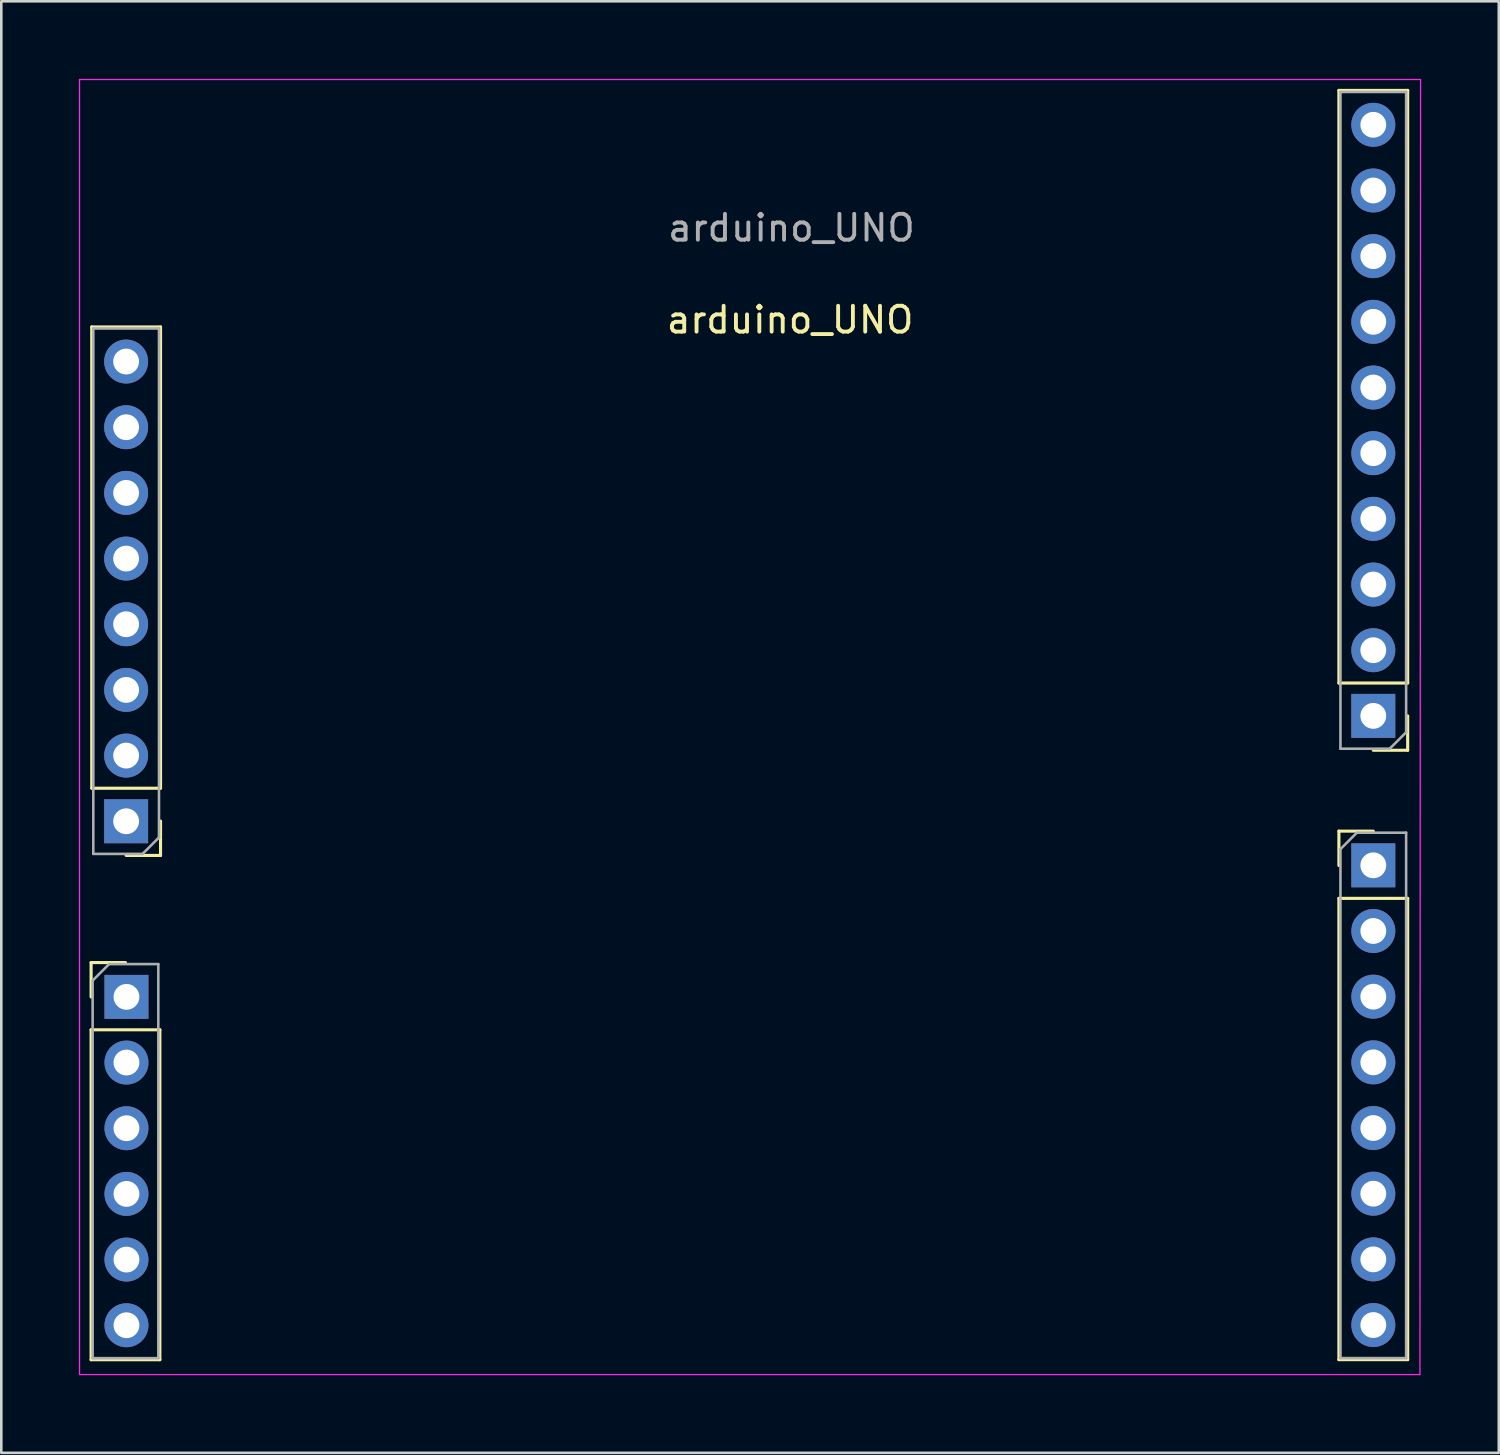
<source format=kicad_pcb>
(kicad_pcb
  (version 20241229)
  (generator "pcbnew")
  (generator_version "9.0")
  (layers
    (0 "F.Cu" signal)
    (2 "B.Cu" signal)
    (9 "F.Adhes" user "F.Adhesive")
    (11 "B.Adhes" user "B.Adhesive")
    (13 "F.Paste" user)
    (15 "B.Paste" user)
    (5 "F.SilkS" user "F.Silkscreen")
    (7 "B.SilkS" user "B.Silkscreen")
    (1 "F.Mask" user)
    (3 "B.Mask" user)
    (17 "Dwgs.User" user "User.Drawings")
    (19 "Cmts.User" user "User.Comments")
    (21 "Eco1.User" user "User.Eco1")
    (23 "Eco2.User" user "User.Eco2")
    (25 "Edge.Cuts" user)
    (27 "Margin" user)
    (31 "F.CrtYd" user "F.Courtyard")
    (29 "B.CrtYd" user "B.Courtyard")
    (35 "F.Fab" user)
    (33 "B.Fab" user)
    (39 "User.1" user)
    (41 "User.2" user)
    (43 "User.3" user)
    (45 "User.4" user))
  (footprint "arduino_UNO"
    (layer "F.Cu")
    (at 27.559 22.402)
    (property "Reference" "arduino_UNO" (at -0.051 -13.081 0) (layer "F.SilkS") (effects (font (size 1 1) (thickness 0.15))))
    (attr through_hole)
    (fp_line (start -27.086 11.776) (end -25.756 11.776) (stroke (width 0.12) (type solid)) (layer "F.SilkS"))
    (fp_line (start -27.086 13.106) (end -27.086 11.776) (stroke (width 0.12) (type solid)) (layer "F.SilkS"))
    (fp_line (start -27.086 14.376) (end -27.086 27.136) (stroke (width 0.12) (type solid)) (layer "F.SilkS"))
    (fp_line (start -27.086 14.376) (end -24.426 14.376) (stroke (width 0.12) (type solid)) (layer "F.SilkS"))
    (fp_line (start -27.086 27.136) (end -24.426 27.136) (stroke (width 0.12) (type solid)) (layer "F.SilkS"))
    (fp_line (start -27.06 5.033) (end -27.06 -12.807) (stroke (width 0.12) (type solid)) (layer "F.SilkS"))
    (fp_line (start -24.426 14.376) (end -24.426 27.136) (stroke (width 0.12) (type solid)) (layer "F.SilkS"))
    (fp_line (start -24.4 -12.807) (end -27.06 -12.807) (stroke (width 0.12) (type solid)) (layer "F.SilkS"))
    (fp_line (start -24.4 5.033) (end -27.06 5.033) (stroke (width 0.12) (type solid)) (layer "F.SilkS"))
    (fp_line (start -24.4 5.033) (end -24.4 -12.807) (stroke (width 0.12) (type solid)) (layer "F.SilkS"))
    (fp_line (start -24.4 6.303) (end -24.4 7.633) (stroke (width 0.12) (type solid)) (layer "F.SilkS"))
    (fp_line (start -24.4 7.633) (end -25.73 7.633) (stroke (width 0.12) (type solid)) (layer "F.SilkS"))
    (fp_line (start 21.174 0.965) (end 21.174 -21.955) (stroke (width 0.12) (type solid)) (layer "F.SilkS"))
    (fp_line (start 21.174 6.693) (end 22.504 6.693) (stroke (width 0.12) (type solid)) (layer "F.SilkS"))
    (fp_line (start 21.174 8.023) (end 21.174 6.693) (stroke (width 0.12) (type solid)) (layer "F.SilkS"))
    (fp_line (start 21.174 9.293) (end 21.174 27.133) (stroke (width 0.12) (type solid)) (layer "F.SilkS"))
    (fp_line (start 21.174 9.293) (end 23.834 9.293) (stroke (width 0.12) (type solid)) (layer "F.SilkS"))
    (fp_line (start 21.174 27.133) (end 23.834 27.133) (stroke (width 0.12) (type solid)) (layer "F.SilkS"))
    (fp_line (start 23.834 -21.955) (end 21.174 -21.955) (stroke (width 0.12) (type solid)) (layer "F.SilkS"))
    (fp_line (start 23.834 0.965) (end 21.174 0.965) (stroke (width 0.12) (type solid)) (layer "F.SilkS"))
    (fp_line (start 23.834 0.965) (end 23.834 -21.955) (stroke (width 0.12) (type solid)) (layer "F.SilkS"))
    (fp_line (start 23.834 2.235) (end 23.834 3.565) (stroke (width 0.12) (type solid)) (layer "F.SilkS"))
    (fp_line (start 23.834 3.565) (end 22.504 3.565) (stroke (width 0.12) (type solid)) (layer "F.SilkS"))
    (fp_line (start 23.834 9.293) (end 23.834 27.133) (stroke (width 0.12) (type solid)) (layer "F.SilkS"))
    (fp_line (start -27.534 -22.377) (end -27.534 27.711) (stroke (width 0.05) (type solid)) (layer "F.CrtYd"))
    (fp_line (start -27.508 27.711) (end 24.301 27.711) (stroke (width 0.05) (type solid)) (layer "F.CrtYd"))
    (fp_line (start 24.308 27.711) (end 24.333 -22.377) (stroke (width 0.05) (type solid)) (layer "F.CrtYd"))
    (fp_line (start 24.326 -22.377) (end -27.534 -22.377) (stroke (width 0.05) (type solid)) (layer "F.CrtYd"))
    (fp_line (start -27.026 12.471) (end -26.391 11.836) (stroke (width 0.1) (type solid)) (layer "F.Fab"))
    (fp_line (start -27.026 27.076) (end -27.026 12.471) (stroke (width 0.1) (type solid)) (layer "F.Fab"))
    (fp_line (start -27 -12.747) (end -24.46 -12.747) (stroke (width 0.1) (type solid)) (layer "F.Fab"))
    (fp_line (start -27 7.573) (end -27 -12.747) (stroke (width 0.1) (type solid)) (layer "F.Fab"))
    (fp_line (start -26.391 11.836) (end -24.486 11.836) (stroke (width 0.1) (type solid)) (layer "F.Fab"))
    (fp_line (start -25.095 7.573) (end -27 7.573) (stroke (width 0.1) (type solid)) (layer "F.Fab"))
    (fp_line (start -24.486 11.836) (end -24.486 27.076) (stroke (width 0.1) (type solid)) (layer "F.Fab"))
    (fp_line (start -24.486 27.076) (end -27.026 27.076) (stroke (width 0.1) (type solid)) (layer "F.Fab"))
    (fp_line (start -24.46 -12.747) (end -24.46 6.938) (stroke (width 0.1) (type solid)) (layer "F.Fab"))
    (fp_line (start -24.46 6.938) (end -25.095 7.573) (stroke (width 0.1) (type solid)) (layer "F.Fab"))
    (fp_line (start 21.234 -21.895) (end 23.774 -21.895) (stroke (width 0.1) (type solid)) (layer "F.Fab"))
    (fp_line (start 21.234 3.505) (end 21.234 -21.895) (stroke (width 0.1) (type solid)) (layer "F.Fab"))
    (fp_line (start 21.234 7.388) (end 21.869 6.753) (stroke (width 0.1) (type solid)) (layer "F.Fab"))
    (fp_line (start 21.234 27.073) (end 21.234 7.388) (stroke (width 0.1) (type solid)) (layer "F.Fab"))
    (fp_line (start 21.869 6.753) (end 23.774 6.753) (stroke (width 0.1) (type solid)) (layer "F.Fab"))
    (fp_line (start 23.139 3.505) (end 21.234 3.505) (stroke (width 0.1) (type solid)) (layer "F.Fab"))
    (fp_line (start 23.774 -21.895) (end 23.774 2.87) (stroke (width 0.1) (type solid)) (layer "F.Fab"))
    (fp_line (start 23.774 2.87) (end 23.139 3.505) (stroke (width 0.1) (type solid)) (layer "F.Fab"))
    (fp_line (start 23.774 6.753) (end 23.774 27.073) (stroke (width 0.1) (type solid)) (layer "F.Fab"))
    (fp_line (start 23.774 27.073) (end 21.234 27.073) (stroke (width 0.1) (type solid)) (layer "F.Fab"))
    (fp_text user "${REFERENCE}" (at 0 -16.637 0) (layer "F.Fab") (effects (font (size 1 1) (thickness 0.15))))
    (pad "1" thru_hole oval (at -25.731 -11.469 180) (size 1.7 1.7) (drill 1) (layers "*.Cu" "*.Mask"))
    (pad "2" thru_hole oval (at -25.731 -8.929 180) (size 1.7 1.7) (drill 1) (layers "*.Cu" "*.Mask"))
    (pad "3" thru_hole oval (at -25.731 -6.389 180) (size 1.7 1.7) (drill 1) (layers "*.Cu" "*.Mask"))
    (pad "4" thru_hole oval (at -25.731 -3.849 180) (size 1.7 1.7) (drill 1) (layers "*.Cu" "*.Mask"))
    (pad "5" thru_hole oval (at -25.731 -1.309 180) (size 1.7 1.7) (drill 1) (layers "*.Cu" "*.Mask"))
    (pad "6" thru_hole oval (at -25.731 1.231 180) (size 1.7 1.7) (drill 1) (layers "*.Cu" "*.Mask"))
    (pad "7" thru_hole oval (at -25.731 3.771 180) (size 1.7 1.7) (drill 1) (layers "*.Cu" "*.Mask"))
    (pad "8" thru_hole rect (at -25.731 6.311 180) (size 1.7 1.7) (drill 1) (layers "*.Cu" "*.Mask"))
    (pad "9" thru_hole rect (at -25.718 13.103) (size 1.7 1.7) (drill 1) (layers "*.Cu" "*.Mask"))
    (pad "10" thru_hole oval (at -25.718 15.643) (size 1.7 1.7) (drill 1) (layers "*.Cu" "*.Mask"))
    (pad "11" thru_hole oval (at -25.718 18.183) (size 1.7 1.7) (drill 1) (layers "*.Cu" "*.Mask"))
    (pad "12" thru_hole oval (at -25.718 20.723) (size 1.7 1.7) (drill 1) (layers "*.Cu" "*.Mask"))
    (pad "13" thru_hole oval (at -25.718 23.263) (size 1.7 1.7) (drill 1) (layers "*.Cu" "*.Mask"))
    (pad "14" thru_hole oval (at -25.718 25.803) (size 1.7 1.7) (drill 1) (layers "*.Cu" "*.Mask"))
    (pad "15" thru_hole oval (at 22.505 25.795) (size 1.7 1.7) (drill 1) (layers "*.Cu" "*.Mask"))
    (pad "16" thru_hole oval (at 22.505 23.255) (size 1.7 1.7) (drill 1) (layers "*.Cu" "*.Mask"))
    (pad "17" thru_hole oval (at 22.505 20.715) (size 1.7 1.7) (drill 1) (layers "*.Cu" "*.Mask"))
    (pad "18" thru_hole oval (at 22.505 18.175) (size 1.7 1.7) (drill 1) (layers "*.Cu" "*.Mask"))
    (pad "19" thru_hole oval (at 22.505 15.635) (size 1.7 1.7) (drill 1) (layers "*.Cu" "*.Mask"))
    (pad "20" thru_hole oval (at 22.505 13.095) (size 1.7 1.7) (drill 1) (layers "*.Cu" "*.Mask"))
    (pad "21" thru_hole oval (at 22.505 10.555) (size 1.7 1.7) (drill 1) (layers "*.Cu" "*.Mask"))
    (pad "22" thru_hole rect (at 22.505 8.015) (size 1.7 1.7) (drill 1) (layers "*.Cu" "*.Mask"))
    (pad "23" thru_hole rect (at 22.504 2.235 180) (size 1.7 1.7) (drill 1) (layers "*.Cu" "*.Mask"))
    (pad "24" thru_hole oval (at 22.504 -0.305 180) (size 1.7 1.7) (drill 1) (layers "*.Cu" "*.Mask"))
    (pad "25" thru_hole oval (at 22.504 -2.845 180) (size 1.7 1.7) (drill 1) (layers "*.Cu" "*.Mask"))
    (pad "26" thru_hole oval (at 22.504 -5.385 180) (size 1.7 1.7) (drill 1) (layers "*.Cu" "*.Mask"))
    (pad "27" thru_hole oval (at 22.504 -7.925 180) (size 1.7 1.7) (drill 1) (layers "*.Cu" "*.Mask"))
    (pad "28" thru_hole oval (at 22.504 -10.465 180) (size 1.7 1.7) (drill 1) (layers "*.Cu" "*.Mask"))
    (pad "29" thru_hole oval (at 22.504 -13.005 180) (size 1.7 1.7) (drill 1) (layers "*.Cu" "*.Mask"))
    (pad "30" thru_hole oval (at 22.504 -15.545 180) (size 1.7 1.7) (drill 1) (layers "*.Cu" "*.Mask"))
    (pad "31" thru_hole oval (at 22.504 -18.085 180) (size 1.7 1.7) (drill 1) (layers "*.Cu" "*.Mask"))
    (pad "32" thru_hole oval (at 22.504 -20.625 180) (size 1.7 1.7) (drill 1) (layers "*.Cu" "*.Mask")))
  (gr_rect
    (start -3 -3)
    (end 54.917 53.139)
    (stroke (width 0.1) (type default))
    (fill no)
    (layer "Edge.Cuts")))
</source>
